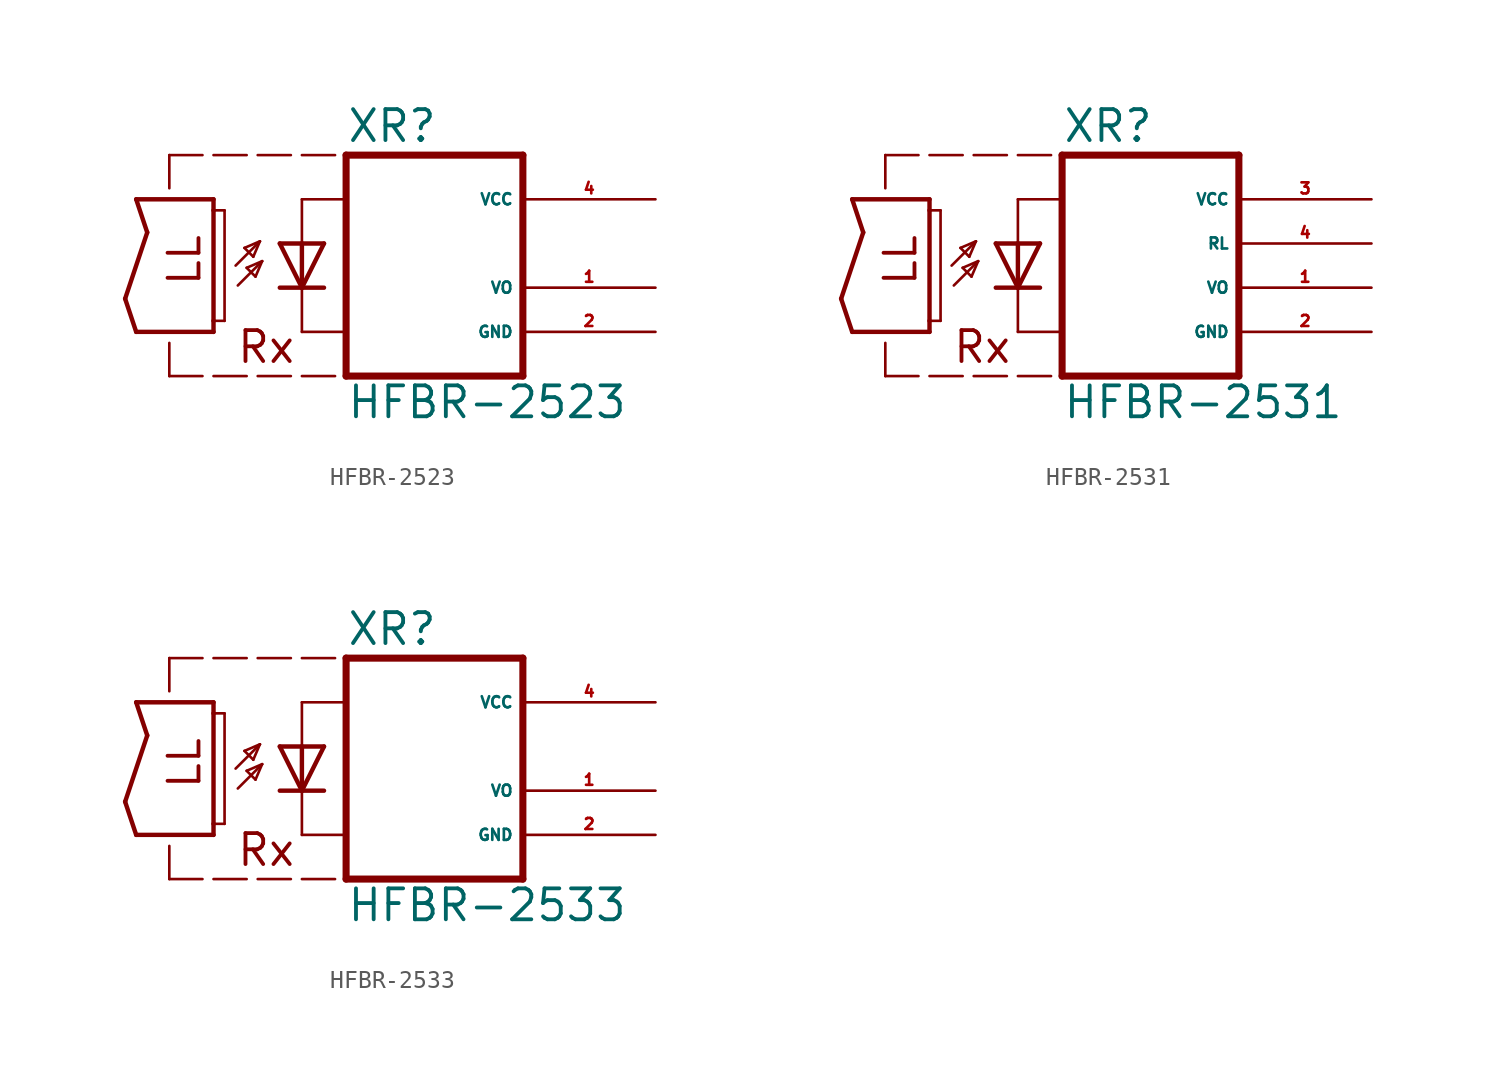
<source format=kicad_sym>
(kicad_symbol_lib
  (version 20220914)
  (generator Eagle2Kicad)
  (symbol "HFBR-2523"
    (property "Reference" "XR"
      (at 2.54 8.255 0)
      (effects (font (size 1.778 1.778) (thickness 0.22)) (justify left bottom)))
    (property "Value" "HFBR-2523"
      (at 2.54 -7.62 0)
      (effects (font (size 1.778 1.778) (thickness 0.22)) (justify left bottom)))
    (polyline
      (pts (xy 1.27 2.54) (xy 0 0))
      (stroke (width 0.254) (type default))
      (fill (type none)))
    (polyline
      (pts (xy 0 0) (xy -1.27 2.54))
      (stroke (width 0.254) (type default))
      (fill (type none)))
    (polyline
      (pts (xy 1.27 0) (xy 0 0))
      (stroke (width 0.254) (type default))
      (fill (type none)))
    (polyline
      (pts (xy 0 0) (xy -1.27 0))
      (stroke (width 0.254) (type default))
      (fill (type none)))
    (polyline
      (pts (xy 1.27 2.54) (xy 0 2.54))
      (stroke (width 0.254) (type default))
      (fill (type none)))
    (polyline
      (pts (xy 0 5.08) (xy 0 2.54))
      (stroke (width 0.152) (type default))
      (fill (type none)))
    (polyline
      (pts (xy 0 2.54) (xy -1.27 2.54))
      (stroke (width 0.254) (type default))
      (fill (type none)))
    (polyline
      (pts (xy 0 2.54) (xy 0 0))
      (stroke (width 0.254) (type default))
      (fill (type none)))
    (polyline
      (pts (xy -3.683 0.127) (xy -2.286 1.524))
      (stroke (width 0.152) (type default))
      (fill (type none)))
    (polyline
      (pts (xy -2.286 1.524) (xy -3.175 1.143))
      (stroke (width 0.152) (type default))
      (fill (type none)))
    (polyline
      (pts (xy -3.175 1.143) (xy -2.667 0.635))
      (stroke (width 0.152) (type default))
      (fill (type none)))
    (polyline
      (pts (xy -2.667 0.635) (xy -2.286 1.524))
      (stroke (width 0.152) (type default))
      (fill (type none)))
    (polyline
      (pts (xy -2.413 2.667) (xy -3.302 2.286))
      (stroke (width 0.152) (type default))
      (fill (type none)))
    (polyline
      (pts (xy -3.302 2.286) (xy -2.794 1.778))
      (stroke (width 0.152) (type default))
      (fill (type none)))
    (polyline
      (pts (xy -2.794 1.778) (xy -2.413 2.667))
      (stroke (width 0.152) (type default))
      (fill (type none)))
    (polyline
      (pts (xy -3.81 1.27) (xy -2.413 2.667))
      (stroke (width 0.152) (type default))
      (fill (type none)))
    (polyline
      (pts (xy -9.525 5.08) (xy -5.08 5.08))
      (stroke (width 0.254) (type default))
      (fill (type none)))
    (polyline
      (pts (xy -5.08 5.08) (xy -5.08 4.445))
      (stroke (width 0.254) (type default))
      (fill (type none)))
    (polyline
      (pts (xy -5.08 -2.54) (xy -9.525 -2.54))
      (stroke (width 0.254) (type default))
      (fill (type none)))
    (polyline
      (pts (xy -9.525 -2.54) (xy -10.16 -0.635))
      (stroke (width 0.254) (type default))
      (fill (type none)))
    (polyline
      (pts (xy -10.16 -0.635) (xy -8.89 3.175))
      (stroke (width 0.254) (type default))
      (fill (type none)))
    (polyline
      (pts (xy -8.89 3.175) (xy -9.525 5.08))
      (stroke (width 0.254) (type default))
      (fill (type none)))
    (polyline
      (pts (xy 0 0) (xy 0 -2.54))
      (stroke (width 0.152) (type default))
      (fill (type none)))
    (polyline
      (pts (xy 0 -2.54) (xy 2.54 -2.54))
      (stroke (width 0.152) (type default))
      (fill (type none)))
    (polyline
      (pts (xy 0 5.08) (xy 2.54 5.08))
      (stroke (width 0.152) (type default))
      (fill (type none)))
    (polyline
      (pts (xy 2.54 7.62) (xy 2.54 -5.08))
      (stroke (width 0.406) (type default))
      (fill (type none)))
    (polyline
      (pts (xy 2.54 -5.08) (xy 12.7 -5.08))
      (stroke (width 0.406) (type default))
      (fill (type none)))
    (polyline
      (pts (xy 12.7 -5.08) (xy 12.7 7.62))
      (stroke (width 0.406) (type default))
      (fill (type none)))
    (polyline
      (pts (xy 12.7 7.62) (xy 2.54 7.62))
      (stroke (width 0.406) (type default))
      (fill (type none)))
    (polyline
      (pts (xy -5.08 4.445) (xy -4.445 4.445))
      (stroke (width 0.152) (type default))
      (fill (type none)))
    (polyline
      (pts (xy -5.08 4.445) (xy -5.08 -1.905))
      (stroke (width 0.254) (type default))
      (fill (type none)))
    (polyline
      (pts (xy -4.445 4.445) (xy -4.445 -1.905))
      (stroke (width 0.152) (type default))
      (fill (type none)))
    (polyline
      (pts (xy -4.445 -1.905) (xy -5.08 -1.905))
      (stroke (width 0.152) (type default))
      (fill (type none)))
    (polyline
      (pts (xy -5.08 -1.905) (xy -5.08 -2.54))
      (stroke (width 0.254) (type default))
      (fill (type none)))
    (polyline
      (pts (xy -7.62 5.715) (xy -7.62 7.62))
      (stroke (width 0.152) (type default))
      (fill (type none)))
    (polyline
      (pts (xy -7.62 7.62) (xy -5.715 7.62))
      (stroke (width 0.152) (type default))
      (fill (type none)))
    (polyline
      (pts (xy -5.08 7.62) (xy -3.175 7.62))
      (stroke (width 0.152) (type default))
      (fill (type none)))
    (polyline
      (pts (xy -2.54 7.62) (xy -0.635 7.62))
      (stroke (width 0.152) (type default))
      (fill (type none)))
    (polyline
      (pts (xy 0 7.62) (xy 1.905 7.62))
      (stroke (width 0.152) (type default))
      (fill (type none)))
    (polyline
      (pts (xy -7.62 -3.175) (xy -7.62 -5.08))
      (stroke (width 0.152) (type default))
      (fill (type none)))
    (polyline
      (pts (xy -7.62 -5.08) (xy -5.715 -5.08))
      (stroke (width 0.152) (type default))
      (fill (type none)))
    (polyline
      (pts (xy -5.08 -5.08) (xy -3.175 -5.08))
      (stroke (width 0.152) (type default))
      (fill (type none)))
    (polyline
      (pts (xy -2.54 -5.08) (xy -0.635 -5.08))
      (stroke (width 0.152) (type default))
      (fill (type none)))
    (polyline
      (pts (xy 0 -5.08) (xy 1.905 -5.08))
      (stroke (width 0.152) (type default))
      (fill (type none)))
    (text "LL"
      (at -5.715 0 900)
      (effects (font (size 1.778 1.778) (thickness 0.22)) (justify left bottom)))
    (text "Rx"
      (at -3.81 -4.445 0)
      (effects (font (size 1.778 1.778) (thickness 0.22)) (justify left bottom)))
    (pin unspecified line
      (at 20.32 5.08 180)
      (length 7.62)
      (name "VCC" (effects (font (size 0.635 0.635) (thickness 0.08)) (justify left bottom)))
      (number "4" (effects (font (size 0.635 0.635) (thickness 0.08)) (justify left bottom))))
    (pin passive line
      (at 20.32 0 180)
      (length 7.62)
      (name "VO" (effects (font (size 0.635 0.635) (thickness 0.08)) (justify left bottom)))
      (number "1" (effects (font (size 0.635 0.635) (thickness 0.08)) (justify left bottom))))
    (pin unspecified line
      (at 20.32 -2.54 180)
      (length 7.62)
      (name "GND" (effects (font (size 0.635 0.635) (thickness 0.08)) (justify left bottom)))
      (number "2" (effects (font (size 0.635 0.635) (thickness 0.08)) (justify left bottom)))))
  (symbol "HFBR-2531"
    (property "Reference" "XR"
      (at 2.54 8.255 0)
      (effects (font (size 1.778 1.778) (thickness 0.22)) (justify left bottom)))
    (property "Value" "HFBR-2531"
      (at 2.54 -7.62 0)
      (effects (font (size 1.778 1.778) (thickness 0.22)) (justify left bottom)))
    (polyline
      (pts (xy 1.27 2.54) (xy 0 0))
      (stroke (width 0.254) (type default))
      (fill (type none)))
    (polyline
      (pts (xy 0 0) (xy -1.27 2.54))
      (stroke (width 0.254) (type default))
      (fill (type none)))
    (polyline
      (pts (xy 1.27 0) (xy 0 0))
      (stroke (width 0.254) (type default))
      (fill (type none)))
    (polyline
      (pts (xy 0 0) (xy -1.27 0))
      (stroke (width 0.254) (type default))
      (fill (type none)))
    (polyline
      (pts (xy 1.27 2.54) (xy 0 2.54))
      (stroke (width 0.254) (type default))
      (fill (type none)))
    (polyline
      (pts (xy 0 5.08) (xy 0 2.54))
      (stroke (width 0.152) (type default))
      (fill (type none)))
    (polyline
      (pts (xy 0 2.54) (xy -1.27 2.54))
      (stroke (width 0.254) (type default))
      (fill (type none)))
    (polyline
      (pts (xy 0 2.54) (xy 0 0))
      (stroke (width 0.254) (type default))
      (fill (type none)))
    (polyline
      (pts (xy -3.683 0.127) (xy -2.286 1.524))
      (stroke (width 0.152) (type default))
      (fill (type none)))
    (polyline
      (pts (xy -2.286 1.524) (xy -3.175 1.143))
      (stroke (width 0.152) (type default))
      (fill (type none)))
    (polyline
      (pts (xy -3.175 1.143) (xy -2.667 0.635))
      (stroke (width 0.152) (type default))
      (fill (type none)))
    (polyline
      (pts (xy -2.667 0.635) (xy -2.286 1.524))
      (stroke (width 0.152) (type default))
      (fill (type none)))
    (polyline
      (pts (xy -2.413 2.667) (xy -3.302 2.286))
      (stroke (width 0.152) (type default))
      (fill (type none)))
    (polyline
      (pts (xy -3.302 2.286) (xy -2.794 1.778))
      (stroke (width 0.152) (type default))
      (fill (type none)))
    (polyline
      (pts (xy -2.794 1.778) (xy -2.413 2.667))
      (stroke (width 0.152) (type default))
      (fill (type none)))
    (polyline
      (pts (xy -3.81 1.27) (xy -2.413 2.667))
      (stroke (width 0.152) (type default))
      (fill (type none)))
    (polyline
      (pts (xy -9.525 5.08) (xy -5.08 5.08))
      (stroke (width 0.254) (type default))
      (fill (type none)))
    (polyline
      (pts (xy -5.08 5.08) (xy -5.08 4.445))
      (stroke (width 0.254) (type default))
      (fill (type none)))
    (polyline
      (pts (xy -5.08 -2.54) (xy -9.525 -2.54))
      (stroke (width 0.254) (type default))
      (fill (type none)))
    (polyline
      (pts (xy -9.525 -2.54) (xy -10.16 -0.635))
      (stroke (width 0.254) (type default))
      (fill (type none)))
    (polyline
      (pts (xy -10.16 -0.635) (xy -8.89 3.175))
      (stroke (width 0.254) (type default))
      (fill (type none)))
    (polyline
      (pts (xy -8.89 3.175) (xy -9.525 5.08))
      (stroke (width 0.254) (type default))
      (fill (type none)))
    (polyline
      (pts (xy 0 0) (xy 0 -2.54))
      (stroke (width 0.152) (type default))
      (fill (type none)))
    (polyline
      (pts (xy 0 -2.54) (xy 2.54 -2.54))
      (stroke (width 0.152) (type default))
      (fill (type none)))
    (polyline
      (pts (xy 0 5.08) (xy 2.54 5.08))
      (stroke (width 0.152) (type default))
      (fill (type none)))
    (polyline
      (pts (xy 2.54 7.62) (xy 2.54 -5.08))
      (stroke (width 0.406) (type default))
      (fill (type none)))
    (polyline
      (pts (xy 2.54 -5.08) (xy 12.7 -5.08))
      (stroke (width 0.406) (type default))
      (fill (type none)))
    (polyline
      (pts (xy 12.7 -5.08) (xy 12.7 7.62))
      (stroke (width 0.406) (type default))
      (fill (type none)))
    (polyline
      (pts (xy 12.7 7.62) (xy 2.54 7.62))
      (stroke (width 0.406) (type default))
      (fill (type none)))
    (polyline
      (pts (xy -5.08 4.445) (xy -4.445 4.445))
      (stroke (width 0.152) (type default))
      (fill (type none)))
    (polyline
      (pts (xy -5.08 4.445) (xy -5.08 -1.905))
      (stroke (width 0.254) (type default))
      (fill (type none)))
    (polyline
      (pts (xy -4.445 4.445) (xy -4.445 -1.905))
      (stroke (width 0.152) (type default))
      (fill (type none)))
    (polyline
      (pts (xy -4.445 -1.905) (xy -5.08 -1.905))
      (stroke (width 0.152) (type default))
      (fill (type none)))
    (polyline
      (pts (xy -5.08 -1.905) (xy -5.08 -2.54))
      (stroke (width 0.254) (type default))
      (fill (type none)))
    (polyline
      (pts (xy -7.62 5.715) (xy -7.62 7.62))
      (stroke (width 0.152) (type default))
      (fill (type none)))
    (polyline
      (pts (xy -7.62 7.62) (xy -5.715 7.62))
      (stroke (width 0.152) (type default))
      (fill (type none)))
    (polyline
      (pts (xy -5.08 7.62) (xy -3.175 7.62))
      (stroke (width 0.152) (type default))
      (fill (type none)))
    (polyline
      (pts (xy -2.54 7.62) (xy -0.635 7.62))
      (stroke (width 0.152) (type default))
      (fill (type none)))
    (polyline
      (pts (xy -7.62 -3.175) (xy -7.62 -5.08))
      (stroke (width 0.152) (type default))
      (fill (type none)))
    (polyline
      (pts (xy -7.62 -5.08) (xy -5.715 -5.08))
      (stroke (width 0.152) (type default))
      (fill (type none)))
    (polyline
      (pts (xy -5.08 -5.08) (xy -3.175 -5.08))
      (stroke (width 0.152) (type default))
      (fill (type none)))
    (polyline
      (pts (xy -2.54 -5.08) (xy -0.635 -5.08))
      (stroke (width 0.152) (type default))
      (fill (type none)))
    (polyline
      (pts (xy 0 -5.08) (xy 1.905 -5.08))
      (stroke (width 0.152) (type default))
      (fill (type none)))
    (polyline
      (pts (xy 0 7.62) (xy 1.905 7.62))
      (stroke (width 0.152) (type default))
      (fill (type none)))
    (text "LL"
      (at -5.715 0 900)
      (effects (font (size 1.778 1.778) (thickness 0.22)) (justify left bottom)))
    (text "Rx"
      (at -3.81 -4.445 0)
      (effects (font (size 1.778 1.778) (thickness 0.22)) (justify left bottom)))
    (pin unspecified line
      (at 20.32 5.08 180)
      (length 7.62)
      (name "VCC" (effects (font (size 0.635 0.635) (thickness 0.08)) (justify left bottom)))
      (number "3" (effects (font (size 0.635 0.635) (thickness 0.08)) (justify left bottom))))
    (pin passive line
      (at 20.32 2.54 180)
      (length 7.62)
      (name "RL" (effects (font (size 0.635 0.635) (thickness 0.08)) (justify left bottom)))
      (number "4" (effects (font (size 0.635 0.635) (thickness 0.08)) (justify left bottom))))
    (pin passive line
      (at 20.32 0 180)
      (length 7.62)
      (name "VO" (effects (font (size 0.635 0.635) (thickness 0.08)) (justify left bottom)))
      (number "1" (effects (font (size 0.635 0.635) (thickness 0.08)) (justify left bottom))))
    (pin unspecified line
      (at 20.32 -2.54 180)
      (length 7.62)
      (name "GND" (effects (font (size 0.635 0.635) (thickness 0.08)) (justify left bottom)))
      (number "2" (effects (font (size 0.635 0.635) (thickness 0.08)) (justify left bottom)))))
  (symbol "HFBR-2533"
    (property "Reference" "XR"
      (at 2.54 8.255 0)
      (effects (font (size 1.778 1.778) (thickness 0.22)) (justify left bottom)))
    (property "Value" "HFBR-2533"
      (at 2.54 -7.62 0)
      (effects (font (size 1.778 1.778) (thickness 0.22)) (justify left bottom)))
    (polyline
      (pts (xy 1.27 2.54) (xy 0 0))
      (stroke (width 0.254) (type default))
      (fill (type none)))
    (polyline
      (pts (xy 0 0) (xy -1.27 2.54))
      (stroke (width 0.254) (type default))
      (fill (type none)))
    (polyline
      (pts (xy 1.27 0) (xy 0 0))
      (stroke (width 0.254) (type default))
      (fill (type none)))
    (polyline
      (pts (xy 0 0) (xy -1.27 0))
      (stroke (width 0.254) (type default))
      (fill (type none)))
    (polyline
      (pts (xy 1.27 2.54) (xy 0 2.54))
      (stroke (width 0.254) (type default))
      (fill (type none)))
    (polyline
      (pts (xy 0 5.08) (xy 0 2.54))
      (stroke (width 0.152) (type default))
      (fill (type none)))
    (polyline
      (pts (xy 0 2.54) (xy -1.27 2.54))
      (stroke (width 0.254) (type default))
      (fill (type none)))
    (polyline
      (pts (xy 0 2.54) (xy 0 0))
      (stroke (width 0.254) (type default))
      (fill (type none)))
    (polyline
      (pts (xy -3.683 0.127) (xy -2.286 1.524))
      (stroke (width 0.152) (type default))
      (fill (type none)))
    (polyline
      (pts (xy -2.286 1.524) (xy -3.175 1.143))
      (stroke (width 0.152) (type default))
      (fill (type none)))
    (polyline
      (pts (xy -3.175 1.143) (xy -2.667 0.635))
      (stroke (width 0.152) (type default))
      (fill (type none)))
    (polyline
      (pts (xy -2.667 0.635) (xy -2.286 1.524))
      (stroke (width 0.152) (type default))
      (fill (type none)))
    (polyline
      (pts (xy -2.413 2.667) (xy -3.302 2.286))
      (stroke (width 0.152) (type default))
      (fill (type none)))
    (polyline
      (pts (xy -3.302 2.286) (xy -2.794 1.778))
      (stroke (width 0.152) (type default))
      (fill (type none)))
    (polyline
      (pts (xy -2.794 1.778) (xy -2.413 2.667))
      (stroke (width 0.152) (type default))
      (fill (type none)))
    (polyline
      (pts (xy -3.81 1.27) (xy -2.413 2.667))
      (stroke (width 0.152) (type default))
      (fill (type none)))
    (polyline
      (pts (xy -9.525 5.08) (xy -5.08 5.08))
      (stroke (width 0.254) (type default))
      (fill (type none)))
    (polyline
      (pts (xy -5.08 5.08) (xy -5.08 4.445))
      (stroke (width 0.254) (type default))
      (fill (type none)))
    (polyline
      (pts (xy -5.08 -2.54) (xy -9.525 -2.54))
      (stroke (width 0.254) (type default))
      (fill (type none)))
    (polyline
      (pts (xy -9.525 -2.54) (xy -10.16 -0.635))
      (stroke (width 0.254) (type default))
      (fill (type none)))
    (polyline
      (pts (xy -10.16 -0.635) (xy -8.89 3.175))
      (stroke (width 0.254) (type default))
      (fill (type none)))
    (polyline
      (pts (xy -8.89 3.175) (xy -9.525 5.08))
      (stroke (width 0.254) (type default))
      (fill (type none)))
    (polyline
      (pts (xy 0 0) (xy 0 -2.54))
      (stroke (width 0.152) (type default))
      (fill (type none)))
    (polyline
      (pts (xy 0 -2.54) (xy 2.54 -2.54))
      (stroke (width 0.152) (type default))
      (fill (type none)))
    (polyline
      (pts (xy 0 5.08) (xy 2.54 5.08))
      (stroke (width 0.152) (type default))
      (fill (type none)))
    (polyline
      (pts (xy 2.54 7.62) (xy 2.54 -5.08))
      (stroke (width 0.406) (type default))
      (fill (type none)))
    (polyline
      (pts (xy 2.54 -5.08) (xy 12.7 -5.08))
      (stroke (width 0.406) (type default))
      (fill (type none)))
    (polyline
      (pts (xy 12.7 -5.08) (xy 12.7 7.62))
      (stroke (width 0.406) (type default))
      (fill (type none)))
    (polyline
      (pts (xy 12.7 7.62) (xy 2.54 7.62))
      (stroke (width 0.406) (type default))
      (fill (type none)))
    (polyline
      (pts (xy -5.08 4.445) (xy -4.445 4.445))
      (stroke (width 0.152) (type default))
      (fill (type none)))
    (polyline
      (pts (xy -5.08 4.445) (xy -5.08 -1.905))
      (stroke (width 0.254) (type default))
      (fill (type none)))
    (polyline
      (pts (xy -4.445 4.445) (xy -4.445 -1.905))
      (stroke (width 0.152) (type default))
      (fill (type none)))
    (polyline
      (pts (xy -4.445 -1.905) (xy -5.08 -1.905))
      (stroke (width 0.152) (type default))
      (fill (type none)))
    (polyline
      (pts (xy -5.08 -1.905) (xy -5.08 -2.54))
      (stroke (width 0.254) (type default))
      (fill (type none)))
    (polyline
      (pts (xy -7.62 5.715) (xy -7.62 7.62))
      (stroke (width 0.152) (type default))
      (fill (type none)))
    (polyline
      (pts (xy -7.62 7.62) (xy -5.715 7.62))
      (stroke (width 0.152) (type default))
      (fill (type none)))
    (polyline
      (pts (xy -5.08 7.62) (xy -3.175 7.62))
      (stroke (width 0.152) (type default))
      (fill (type none)))
    (polyline
      (pts (xy -2.54 7.62) (xy -0.635 7.62))
      (stroke (width 0.152) (type default))
      (fill (type none)))
    (polyline
      (pts (xy 0 7.62) (xy 1.905 7.62))
      (stroke (width 0.152) (type default))
      (fill (type none)))
    (polyline
      (pts (xy -7.62 -3.175) (xy -7.62 -5.08))
      (stroke (width 0.152) (type default))
      (fill (type none)))
    (polyline
      (pts (xy -7.62 -5.08) (xy -5.715 -5.08))
      (stroke (width 0.152) (type default))
      (fill (type none)))
    (polyline
      (pts (xy -5.08 -5.08) (xy -3.175 -5.08))
      (stroke (width 0.152) (type default))
      (fill (type none)))
    (polyline
      (pts (xy -2.54 -5.08) (xy -0.635 -5.08))
      (stroke (width 0.152) (type default))
      (fill (type none)))
    (polyline
      (pts (xy 0 -5.08) (xy 1.905 -5.08))
      (stroke (width 0.152) (type default))
      (fill (type none)))
    (text "LL"
      (at -5.715 0 900)
      (effects (font (size 1.778 1.778) (thickness 0.22)) (justify left bottom)))
    (text "Rx"
      (at -3.81 -4.445 0)
      (effects (font (size 1.778 1.778) (thickness 0.22)) (justify left bottom)))
    (pin unspecified line
      (at 20.32 5.08 180)
      (length 7.62)
      (name "VCC" (effects (font (size 0.635 0.635) (thickness 0.08)) (justify left bottom)))
      (number "4" (effects (font (size 0.635 0.635) (thickness 0.08)) (justify left bottom))))
    (pin passive line
      (at 20.32 0 180)
      (length 7.62)
      (name "VO" (effects (font (size 0.635 0.635) (thickness 0.08)) (justify left bottom)))
      (number "1" (effects (font (size 0.635 0.635) (thickness 0.08)) (justify left bottom))))
    (pin unspecified line
      (at 20.32 -2.54 180)
      (length 7.62)
      (name "GND" (effects (font (size 0.635 0.635) (thickness 0.08)) (justify left bottom)))
      (number "2" (effects (font (size 0.635 0.635) (thickness 0.08)) (justify left bottom))))))
</source>
